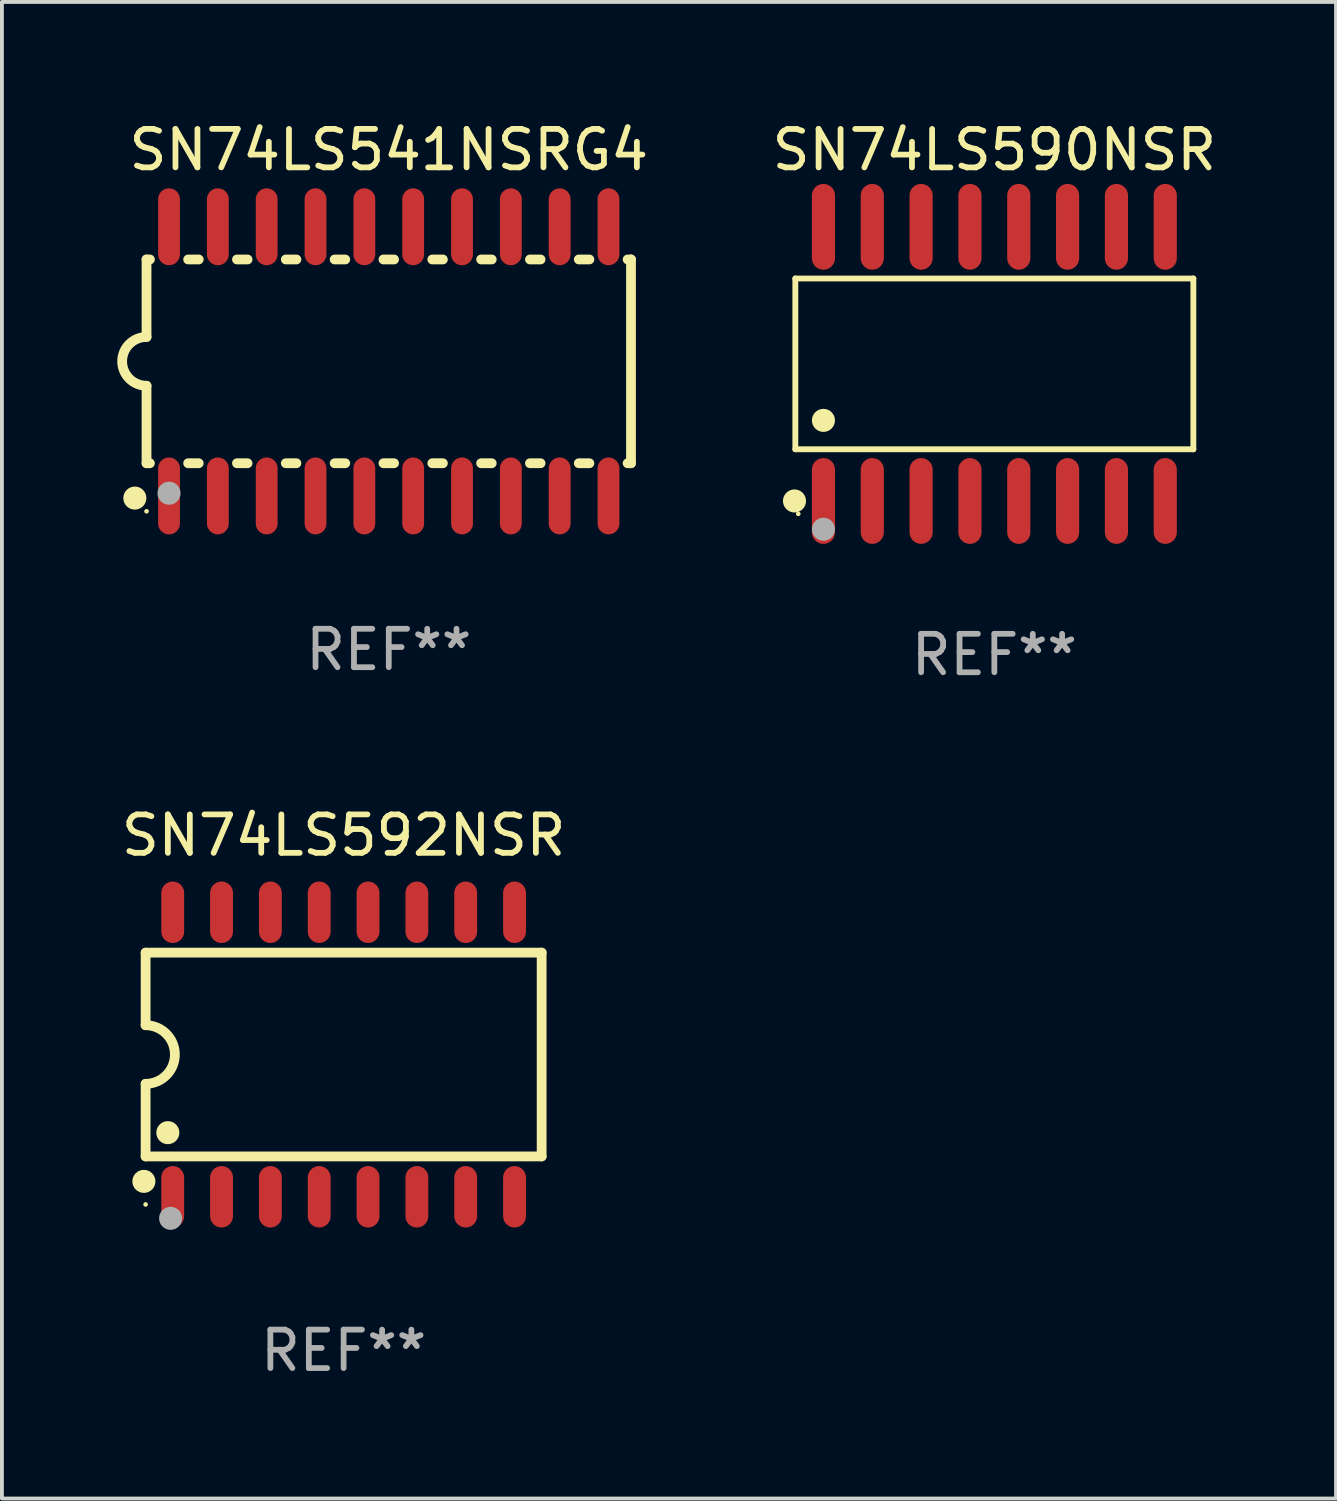
<source format=kicad_pcb>
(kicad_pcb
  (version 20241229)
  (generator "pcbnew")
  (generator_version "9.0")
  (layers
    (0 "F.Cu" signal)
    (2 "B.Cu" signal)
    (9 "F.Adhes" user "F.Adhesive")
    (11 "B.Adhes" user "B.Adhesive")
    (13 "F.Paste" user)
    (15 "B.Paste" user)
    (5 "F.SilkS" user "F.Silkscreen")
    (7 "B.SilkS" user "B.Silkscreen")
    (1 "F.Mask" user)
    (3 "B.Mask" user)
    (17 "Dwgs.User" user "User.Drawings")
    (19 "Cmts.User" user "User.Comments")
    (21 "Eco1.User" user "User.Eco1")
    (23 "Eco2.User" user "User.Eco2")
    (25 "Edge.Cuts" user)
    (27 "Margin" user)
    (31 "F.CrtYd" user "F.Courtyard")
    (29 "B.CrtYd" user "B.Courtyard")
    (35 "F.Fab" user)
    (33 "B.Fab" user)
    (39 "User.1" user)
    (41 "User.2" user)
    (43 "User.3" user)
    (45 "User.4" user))
  (footprint "SN74LS541NSRG4"
    (layer "F.Cu")
    (at 7.061 6.348)
    (property "Reference" "SN74LS541NSRG4" (at 0 -5.5 0) (layer "F.SilkS") (effects (font (size 1 1) (thickness 0.15))))
    (attr through_hole)
    (fp_line (start -6.3 -2.65) (end -6.3 -0.635) (stroke (width 0.254) (type solid)) (layer "F.SilkS"))
    (fp_line (start -6.3 -2.65) (end -6.212 -2.65) (stroke (width 0.254) (type solid)) (layer "F.SilkS"))
    (fp_line (start -6.3 2.65) (end -6.3 0.635) (stroke (width 0.254) (type solid)) (layer "F.SilkS"))
    (fp_line (start -6.3 2.65) (end -6.212 2.65) (stroke (width 0.254) (type solid)) (layer "F.SilkS"))
    (fp_line (start -5.218 -2.65) (end -4.942 -2.65) (stroke (width 0.254) (type solid)) (layer "F.SilkS"))
    (fp_line (start -5.218 2.65) (end -4.942 2.65) (stroke (width 0.254) (type solid)) (layer "F.SilkS"))
    (fp_line (start -3.948 -2.65) (end -3.672 -2.65) (stroke (width 0.254) (type solid)) (layer "F.SilkS"))
    (fp_line (start -3.948 2.65) (end -3.672 2.65) (stroke (width 0.254) (type solid)) (layer "F.SilkS"))
    (fp_line (start -2.678 -2.65) (end -2.402 -2.65) (stroke (width 0.254) (type solid)) (layer "F.SilkS"))
    (fp_line (start -2.678 2.65) (end -2.402 2.65) (stroke (width 0.254) (type solid)) (layer "F.SilkS"))
    (fp_line (start -1.408 -2.65) (end -1.132 -2.65) (stroke (width 0.254) (type solid)) (layer "F.SilkS"))
    (fp_line (start -1.408 2.65) (end -1.132 2.65) (stroke (width 0.254) (type solid)) (layer "F.SilkS"))
    (fp_line (start -0.138 -2.65) (end 0.138 -2.65) (stroke (width 0.254) (type solid)) (layer "F.SilkS"))
    (fp_line (start -0.138 2.65) (end 0.138 2.65) (stroke (width 0.254) (type solid)) (layer "F.SilkS"))
    (fp_line (start 1.132 -2.65) (end 1.408 -2.65) (stroke (width 0.254) (type solid)) (layer "F.SilkS"))
    (fp_line (start 1.132 2.65) (end 1.408 2.65) (stroke (width 0.254) (type solid)) (layer "F.SilkS"))
    (fp_line (start 2.402 -2.65) (end 2.678 -2.65) (stroke (width 0.254) (type solid)) (layer "F.SilkS"))
    (fp_line (start 2.402 2.65) (end 2.678 2.65) (stroke (width 0.254) (type solid)) (layer "F.SilkS"))
    (fp_line (start 3.672 -2.65) (end 3.948 -2.65) (stroke (width 0.254) (type solid)) (layer "F.SilkS"))
    (fp_line (start 3.672 2.65) (end 3.948 2.65) (stroke (width 0.254) (type solid)) (layer "F.SilkS"))
    (fp_line (start 4.942 -2.65) (end 5.218 -2.65) (stroke (width 0.254) (type solid)) (layer "F.SilkS"))
    (fp_line (start 4.942 2.65) (end 5.218 2.65) (stroke (width 0.254) (type solid)) (layer "F.SilkS"))
    (fp_line (start 6.212 -2.65) (end 6.3 -2.65) (stroke (width 0.254) (type solid)) (layer "F.SilkS"))
    (fp_line (start 6.212 2.65) (end 6.3 2.65) (stroke (width 0.254) (type solid)) (layer "F.SilkS"))
    (fp_line (start 6.3 -2.65) (end 6.3 2.65) (stroke (width 0.254) (type solid)) (layer "F.SilkS"))
    (fp_arc (start -6.299975 0.634874) (mid -6.933579 0.000127) (end -6.299213 -0.633858) (stroke (width 0.254001) (type solid)) (layer "F.SilkS"))
    (fp_circle (center -6.604 3.556) (end -6.454 3.556) (stroke (width 0.3) (type solid)) (fill no) (layer "F.SilkS"))
    (fp_circle (center -6.3 3.9) (end -6.27 3.9) (stroke (width 0.06) (type solid)) (fill no) (layer "F.SilkS"))
    (fp_circle (center -5.715 3.429) (end -5.565 3.429) (stroke (width 0.3) (type solid)) (fill no) (layer "F.Fab"))
    (fp_text user "REF**" (at 0 7.5 0) (layer "F.Fab") (effects (font (size 1 1) (thickness 0.15))))
    (pad "1" smd oval (at -5.715 3.5) (size 0.568 2) (layers "F.Cu" "F.Mask" "F.Paste"))
    (pad "2" smd oval (at -4.445 3.5) (size 0.568 2) (layers "F.Cu" "F.Mask" "F.Paste"))
    (pad "3" smd oval (at -3.175 3.5) (size 0.568 2) (layers "F.Cu" "F.Mask" "F.Paste"))
    (pad "4" smd oval (at -1.905 3.5) (size 0.568 2) (layers "F.Cu" "F.Mask" "F.Paste"))
    (pad "5" smd oval (at -0.635 3.5) (size 0.568 2) (layers "F.Cu" "F.Mask" "F.Paste"))
    (pad "6" smd oval (at 0.635 3.5) (size 0.568 2) (layers "F.Cu" "F.Mask" "F.Paste"))
    (pad "7" smd oval (at 1.905 3.5) (size 0.568 2) (layers "F.Cu" "F.Mask" "F.Paste"))
    (pad "8" smd oval (at 3.175 3.5) (size 0.568 2) (layers "F.Cu" "F.Mask" "F.Paste"))
    (pad "9" smd oval (at 4.445 3.5) (size 0.568 2) (layers "F.Cu" "F.Mask" "F.Paste"))
    (pad "10" smd oval (at 5.715 3.5) (size 0.568 2) (layers "F.Cu" "F.Mask" "F.Paste"))
    (pad "11" smd oval (at 5.715 -3.5) (size 0.568 2) (layers "F.Cu" "F.Mask" "F.Paste"))
    (pad "12" smd oval (at 4.445 -3.5) (size 0.568 2) (layers "F.Cu" "F.Mask" "F.Paste"))
    (pad "13" smd oval (at 3.175 -3.5) (size 0.568 2) (layers "F.Cu" "F.Mask" "F.Paste"))
    (pad "14" smd oval (at 1.905 -3.5) (size 0.568 2) (layers "F.Cu" "F.Mask" "F.Paste"))
    (pad "15" smd oval (at 0.635 -3.5) (size 0.568 2) (layers "F.Cu" "F.Mask" "F.Paste"))
    (pad "16" smd oval (at -0.635 -3.5) (size 0.568 2) (layers "F.Cu" "F.Mask" "F.Paste"))
    (pad "17" smd oval (at -1.905 -3.5) (size 0.568 2) (layers "F.Cu" "F.Mask" "F.Paste"))
    (pad "18" smd oval (at -3.175 -3.5) (size 0.568 2) (layers "F.Cu" "F.Mask" "F.Paste"))
    (pad "19" smd oval (at -4.445 -3.5) (size 0.568 2) (layers "F.Cu" "F.Mask" "F.Paste"))
    (pad "20" smd oval (at -5.715 -3.5) (size 0.568 2) (layers "F.Cu" "F.Mask" "F.Paste")))
  (footprint "SN74LS592NSR"
    (layer "F.Cu")
    (at 5.887 24.376)
    (property "Reference" "SN74LS592NSR" (at 0 -5.7 0) (layer "F.SilkS") (effects (font (size 1 1) (thickness 0.15))))
    (attr through_hole)
    (fp_line (start -5.15 -2.65) (end -5.15 -0.762) (stroke (width 0.254) (type solid)) (layer "F.SilkS"))
    (fp_line (start -5.15 -2.65) (end 5.15 -2.65) (stroke (width 0.254) (type solid)) (layer "F.SilkS"))
    (fp_line (start -5.15 2.65) (end -5.15 0.762) (stroke (width 0.254) (type solid)) (layer "F.SilkS"))
    (fp_line (start 5.15 -2.65) (end 5.15 2.65) (stroke (width 0.254) (type solid)) (layer "F.SilkS"))
    (fp_line (start 5.15 2.65) (end -5.15 2.65) (stroke (width 0.254) (type solid)) (layer "F.SilkS"))
    (fp_arc (start -5.151131 -0.762003) (mid -4.389128 -0.000559) (end -5.150013 0.762002) (stroke (width 0.254001) (type solid)) (layer "F.SilkS"))
    (fp_circle (center -5.195 3.299) (end -5.045 3.299) (stroke (width 0.3) (type solid)) (fill no) (layer "F.SilkS"))
    (fp_circle (center -5.15 3.9) (end -5.12 3.9) (stroke (width 0.06) (type solid)) (fill no) (layer "F.SilkS"))
    (fp_circle (center -4.572 2.032) (end -4.422 2.032) (stroke (width 0.3) (type solid)) (fill no) (layer "F.SilkS"))
    (fp_circle (center -4.5 4.26) (end -4.35 4.26) (stroke (width 0.3) (type solid)) (fill no) (layer "F.Fab"))
    (fp_text user "REF**" (at 0 7.7 0) (layer "F.Fab") (effects (font (size 1 1) (thickness 0.15))))
    (pad "1" smd oval (at -4.445 3.7) (size 0.595 1.598) (layers "F.Cu" "F.Mask" "F.Paste"))
    (pad "2" smd oval (at -3.175 3.7) (size 0.595 1.598) (layers "F.Cu" "F.Mask" "F.Paste"))
    (pad "3" smd oval (at -1.905 3.7) (size 0.595 1.598) (layers "F.Cu" "F.Mask" "F.Paste"))
    (pad "4" smd oval (at -0.635 3.7) (size 0.595 1.598) (layers "F.Cu" "F.Mask" "F.Paste"))
    (pad "5" smd oval (at 0.635 3.7) (size 0.595 1.598) (layers "F.Cu" "F.Mask" "F.Paste"))
    (pad "6" smd oval (at 1.905 3.7) (size 0.595 1.598) (layers "F.Cu" "F.Mask" "F.Paste"))
    (pad "7" smd oval (at 3.175 3.7) (size 0.595 1.598) (layers "F.Cu" "F.Mask" "F.Paste"))
    (pad "8" smd oval (at 4.445 3.7) (size 0.595 1.598) (layers "F.Cu" "F.Mask" "F.Paste"))
    (pad "9" smd oval (at 4.445 -3.7) (size 0.595 1.598) (layers "F.Cu" "F.Mask" "F.Paste"))
    (pad "10" smd oval (at 3.175 -3.7) (size 0.595 1.598) (layers "F.Cu" "F.Mask" "F.Paste"))
    (pad "11" smd oval (at 1.905 -3.7) (size 0.595 1.598) (layers "F.Cu" "F.Mask" "F.Paste"))
    (pad "12" smd oval (at 0.635 -3.7) (size 0.595 1.598) (layers "F.Cu" "F.Mask" "F.Paste"))
    (pad "13" smd oval (at -0.635 -3.7) (size 0.595 1.598) (layers "F.Cu" "F.Mask" "F.Paste"))
    (pad "14" smd oval (at -1.905 -3.7) (size 0.595 1.598) (layers "F.Cu" "F.Mask" "F.Paste"))
    (pad "15" smd oval (at -3.175 -3.7) (size 0.595 1.598) (layers "F.Cu" "F.Mask" "F.Paste"))
    (pad "16" smd oval (at -4.445 -3.7) (size 0.595 1.598) (layers "F.Cu" "F.Mask" "F.Paste")))
  (footprint "SN74LS590NSR"
    (layer "F.Cu")
    (at 22.811 6.414)
    (property "Reference" "SN74LS590NSR" (at 0 -5.565 0) (layer "F.SilkS") (effects (font (size 1 1) (thickness 0.15))))
    (attr through_hole)
    (fp_line (start -5.176 -2.221) (end 5.176 -2.221) (stroke (width 0.152) (type solid)) (layer "F.SilkS"))
    (fp_line (start -5.176 2.221) (end -5.176 -2.221) (stroke (width 0.152) (type solid)) (layer "F.SilkS"))
    (fp_line (start 5.176 -2.221) (end 5.176 2.221) (stroke (width 0.152) (type solid)) (layer "F.SilkS"))
    (fp_line (start 5.176 2.221) (end -5.176 2.221) (stroke (width 0.152) (type solid)) (layer "F.SilkS"))
    (fp_circle (center -5.198 3.565) (end -5.048 3.565) (stroke (width 0.3) (type solid)) (fill no) (layer "F.SilkS"))
    (fp_circle (center -5.1 3.9) (end -5.07 3.9) (stroke (width 0.06) (type solid)) (fill no) (layer "F.SilkS"))
    (fp_circle (center -4.445 1.469) (end -4.295 1.469) (stroke (width 0.3) (type solid)) (fill no) (layer "F.SilkS"))
    (fp_circle (center -4.445 4.3) (end -4.295 4.3) (stroke (width 0.3) (type solid)) (fill no) (layer "F.Fab"))
    (fp_text user "REF**" (at 0 7.565 0) (layer "F.Fab") (effects (font (size 1 1) (thickness 0.15))))
    (pad "1" smd oval (at -4.445 3.565) (size 0.602 2.231) (layers "F.Cu" "F.Mask" "F.Paste"))
    (pad "2" smd oval (at -3.175 3.565) (size 0.602 2.231) (layers "F.Cu" "F.Mask" "F.Paste"))
    (pad "3" smd oval (at -1.905 3.565) (size 0.602 2.231) (layers "F.Cu" "F.Mask" "F.Paste"))
    (pad "4" smd oval (at -0.635 3.565) (size 0.602 2.231) (layers "F.Cu" "F.Mask" "F.Paste"))
    (pad "5" smd oval (at 0.635 3.565) (size 0.602 2.231) (layers "F.Cu" "F.Mask" "F.Paste"))
    (pad "6" smd oval (at 1.905 3.565) (size 0.602 2.231) (layers "F.Cu" "F.Mask" "F.Paste"))
    (pad "7" smd oval (at 3.175 3.565) (size 0.602 2.231) (layers "F.Cu" "F.Mask" "F.Paste"))
    (pad "8" smd oval (at 4.445 3.565) (size 0.602 2.231) (layers "F.Cu" "F.Mask" "F.Paste"))
    (pad "9" smd oval (at 4.445 -3.565) (size 0.602 2.231) (layers "F.Cu" "F.Mask" "F.Paste"))
    (pad "10" smd oval (at 3.175 -3.565) (size 0.602 2.231) (layers "F.Cu" "F.Mask" "F.Paste"))
    (pad "11" smd oval (at 1.905 -3.565) (size 0.602 2.231) (layers "F.Cu" "F.Mask" "F.Paste"))
    (pad "12" smd oval (at 0.635 -3.565) (size 0.602 2.231) (layers "F.Cu" "F.Mask" "F.Paste"))
    (pad "13" smd oval (at -0.635 -3.565) (size 0.602 2.231) (layers "F.Cu" "F.Mask" "F.Paste"))
    (pad "14" smd oval (at -1.905 -3.565) (size 0.602 2.231) (layers "F.Cu" "F.Mask" "F.Paste"))
    (pad "15" smd oval (at -3.175 -3.565) (size 0.602 2.231) (layers "F.Cu" "F.Mask" "F.Paste"))
    (pad "16" smd oval (at -4.445 -3.565) (size 0.602 2.231) (layers "F.Cu" "F.Mask" "F.Paste")))
  (gr_rect
    (start -3 -3)
    (end 31.697 35.924)
    (stroke (width 0.1) (type default))
    (fill no)
    (layer "Edge.Cuts")))
</source>
